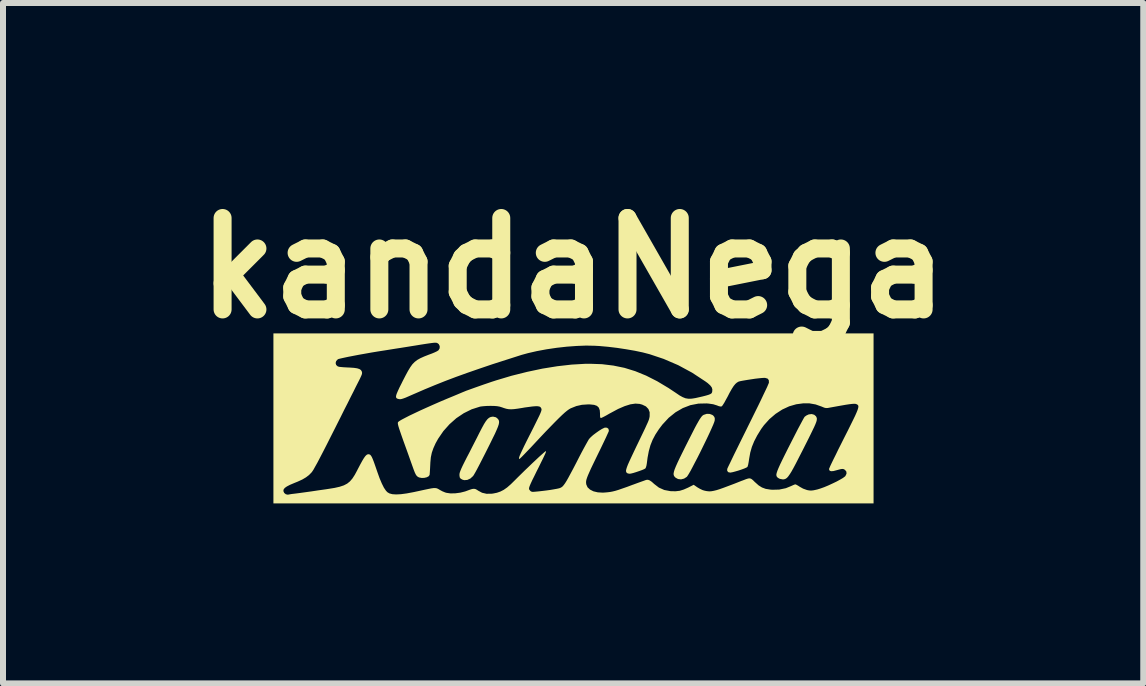
<source format=kicad_pcb>
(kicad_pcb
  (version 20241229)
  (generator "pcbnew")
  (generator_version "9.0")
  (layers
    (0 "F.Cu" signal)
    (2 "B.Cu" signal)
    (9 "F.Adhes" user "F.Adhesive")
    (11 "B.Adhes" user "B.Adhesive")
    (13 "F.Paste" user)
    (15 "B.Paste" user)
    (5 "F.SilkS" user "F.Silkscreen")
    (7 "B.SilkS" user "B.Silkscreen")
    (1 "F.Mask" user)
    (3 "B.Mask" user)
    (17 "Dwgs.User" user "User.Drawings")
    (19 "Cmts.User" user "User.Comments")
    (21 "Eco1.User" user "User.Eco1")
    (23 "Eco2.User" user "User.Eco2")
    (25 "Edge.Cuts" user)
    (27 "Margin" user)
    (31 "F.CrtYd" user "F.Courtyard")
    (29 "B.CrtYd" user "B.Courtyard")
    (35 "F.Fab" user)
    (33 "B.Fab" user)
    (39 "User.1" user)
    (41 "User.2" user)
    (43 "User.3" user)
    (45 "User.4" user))
  (footprint "kandaNega"
    (layer "F.Cu")
    (at 6.32 3.866)
    (property "Reference" "kandaNega" (at 0.182 -2.448 0) (layer "F.SilkS") (effects (font (size 1.524 1.524) (thickness 0.3))))
    (attr board_only exclude_from_pos_files exclude_from_bom)
    (fp_poly (pts (xy 2.459 -0.017) (xy 2.503 -0.000131) (xy 2.518 0.011) (xy 2.537 0.035) (xy 2.544 0.061) (xy 2.542 0.093) (xy 2.535 0.117) (xy 2.519 0.159) (xy 2.494 0.216) (xy 2.463 0.285) (xy 2.426 0.364) (xy 2.385 0.449) (xy 2.342 0.537) (xy 2.298 0.627) (xy 2.254 0.714) (xy 2.211 0.796) (xy 2.172 0.871) (xy 2.138 0.935) (xy 2.109 0.985) (xy 2.087 1.019) (xy 2.077 1.032) (xy 2.032 1.061) (xy 1.981 1.074) (xy 1.931 1.068) (xy 1.892 1.047) (xy 1.876 1.032) (xy 1.865 1.017) (xy 1.858 0.998) (xy 1.857 0.975) (xy 1.863 0.945) (xy 1.875 0.906) (xy 1.895 0.857) (xy 1.923 0.794) (xy 1.96 0.716) (xy 2.007 0.621) (xy 2.056 0.522) (xy 2.115 0.405) (xy 2.165 0.307) (xy 2.206 0.226) (xy 2.24 0.162) (xy 2.269 0.111) (xy 2.292 0.072) (xy 2.312 0.043) (xy 2.328 0.022) (xy 2.343 0.008) (xy 2.357 -0.001) (xy 2.359 -0.002) (xy 2.409 -0.018)) (stroke (width 0) (type solid)) (fill yes) (layer "F.SilkS"))
    (fp_poly (pts (xy -1.104 0.039) (xy -1.081 0.057) (xy -1.067 0.072) (xy -1.057 0.088) (xy -1.052 0.107) (xy -1.052 0.13) (xy -1.058 0.16) (xy -1.071 0.199) (xy -1.092 0.249) (xy -1.12 0.312) (xy -1.158 0.389) (xy -1.205 0.485) (xy -1.252 0.579) (xy -1.298 0.67) (xy -1.342 0.756) (xy -1.382 0.834) (xy -1.417 0.901) (xy -1.447 0.956) (xy -1.469 0.994) (xy -1.482 1.014) (xy -1.482 1.015) (xy -1.529 1.059) (xy -1.581 1.083) (xy -1.631 1.087) (xy -1.659 1.08) (xy -1.691 1.063) (xy -1.707 1.042) (xy -1.712 1.008) (xy -1.712 0.99) (xy -1.709 0.968) (xy -1.699 0.938) (xy -1.682 0.896) (xy -1.656 0.84) (xy -1.62 0.768) (xy -1.589 0.707) (xy -1.546 0.625) (xy -1.502 0.538) (xy -1.458 0.452) (xy -1.418 0.374) (xy -1.386 0.31) (xy -1.383 0.304) (xy -1.339 0.219) (xy -1.303 0.153) (xy -1.272 0.104) (xy -1.244 0.069) (xy -1.218 0.047) (xy -1.191 0.034) (xy -1.161 0.029) (xy -1.148 0.029)) (stroke (width 0) (type solid)) (fill yes) (layer "F.SilkS"))
    (fp_poly (pts (xy 4.201 -0.003) (xy 4.231 0.023) (xy 4.243 0.049) (xy 4.245 0.063) (xy 4.244 0.078) (xy 4.241 0.098) (xy 4.233 0.123) (xy 4.22 0.156) (xy 4.201 0.199) (xy 4.175 0.253) (xy 4.142 0.321) (xy 4.101 0.404) (xy 4.05 0.505) (xy 4.002 0.6) (xy 3.944 0.713) (xy 3.896 0.807) (xy 3.856 0.882) (xy 3.822 0.943) (xy 3.793 0.989) (xy 3.769 1.023) (xy 3.748 1.047) (xy 3.728 1.062) (xy 3.709 1.07) (xy 3.689 1.074) (xy 3.675 1.074) (xy 3.627 1.065) (xy 3.599 1.05) (xy 3.585 1.038) (xy 3.576 1.026) (xy 3.571 1.011) (xy 3.57 0.99) (xy 3.576 0.964) (xy 3.588 0.928) (xy 3.607 0.882) (xy 3.633 0.824) (xy 3.668 0.751) (xy 3.712 0.662) (xy 3.766 0.554) (xy 3.792 0.503) (xy 3.841 0.407) (xy 3.887 0.317) (xy 3.929 0.235) (xy 3.967 0.164) (xy 3.998 0.106) (xy 4.022 0.062) (xy 4.037 0.037) (xy 4.041 0.031) (xy 4.069 0.01) (xy 4.105 -0.007) (xy 4.111 -0.009) (xy 4.159 -0.015)) (stroke (width 0) (type solid)) (fill yes) (layer "F.SilkS"))
    (fp_poly (pts (xy 5.19 1.474) (xy -4.813 1.474) (xy -4.813 1.266) (xy -4.647 1.266) (xy -4.646 1.271) (xy -4.633 1.3) (xy -4.606 1.322) (xy -4.574 1.329) (xy -4.566 1.328) (xy -4.545 1.324) (xy -4.51 1.318) (xy -4.484 1.315) (xy -4.435 1.309) (xy -4.366 1.3) (xy -4.279 1.288) (xy -4.178 1.274) (xy -4.065 1.257) (xy -3.944 1.24) (xy -3.898 1.233) (xy -3.793 1.216) (xy -3.709 1.197) (xy -3.64 1.174) (xy -3.584 1.145) (xy -3.538 1.108) (xy -3.496 1.059) (xy -3.456 0.997) (xy -3.414 0.919) (xy -3.413 0.916) (xy -3.369 0.832) (xy -3.333 0.766) (xy -3.304 0.718) (xy -3.28 0.685) (xy -3.259 0.665) (xy -3.24 0.656) (xy -3.221 0.655) (xy -3.213 0.658) (xy -3.2 0.664) (xy -3.188 0.677) (xy -3.174 0.699) (xy -3.159 0.732) (xy -3.14 0.78) (xy -3.117 0.845) (xy -3.088 0.929) (xy -3.084 0.941) (xy -3.044 1.053) (xy -3.006 1.143) (xy -2.971 1.213) (xy -2.937 1.263) (xy -2.913 1.288) (xy -2.879 1.308) (xy -2.83 1.321) (xy -2.767 1.325) (xy -2.688 1.321) (xy -2.591 1.308) (xy -2.474 1.286) (xy -2.386 1.267) (xy -2.299 1.248) (xy -2.232 1.234) (xy -2.181 1.224) (xy -2.143 1.219) (xy -2.115 1.219) (xy -2.093 1.222) (xy -2.073 1.23) (xy -2.053 1.241) (xy -2.042 1.248) (xy -1.998 1.272) (xy -1.95 1.292) (xy -1.929 1.298) (xy -1.861 1.308) (xy -1.78 1.306) (xy -1.696 1.295) (xy -1.617 1.275) (xy -1.598 1.268) (xy -1.541 1.247) (xy -1.5 1.234) (xy -1.469 1.231) (xy -1.444 1.236) (xy -1.419 1.249) (xy -1.402 1.261) (xy -1.335 1.297) (xy -1.261 1.314) (xy -1.177 1.313) (xy -1.152 1.31) (xy -1.088 1.297) (xy -1.03 1.277) (xy -0.975 1.249) (xy -0.918 1.209) (xy -0.856 1.155) (xy -0.791 1.091) (xy -0.74 1.04) (xy -0.683 0.984) (xy -0.622 0.924) (xy -0.559 0.864) (xy -0.497 0.804) (xy -0.438 0.749) (xy -0.385 0.699) (xy -0.339 0.658) (xy -0.304 0.627) (xy -0.282 0.608) (xy -0.275 0.604) (xy -0.271 0.606) (xy -0.27 0.612) (xy -0.274 0.626) (xy -0.283 0.648) (xy -0.299 0.682) (xy -0.321 0.729) (xy -0.352 0.791) (xy -0.391 0.871) (xy -0.425 0.938) (xy -0.466 1.022) (xy -0.499 1.088) (xy -0.522 1.138) (xy -0.538 1.175) (xy -0.548 1.202) (xy -0.552 1.22) (xy -0.552 1.234) (xy -0.549 1.244) (xy -0.528 1.269) (xy -0.505 1.281) (xy -0.484 1.282) (xy -0.445 1.279) (xy -0.392 1.274) (xy -0.331 1.267) (xy -0.265 1.259) (xy -0.199 1.25) (xy -0.14 1.24) (xy -0.09 1.231) (xy -0.071 1.227) (xy -0.049 1.222) (xy -0.03 1.215) (xy -0.011 1.205) (xy 0.007 1.191) (xy 0.026 1.169) (xy 0.048 1.139) (xy 0.073 1.099) (xy 0.103 1.046) (xy 0.139 0.979) (xy 0.183 0.897) (xy 0.235 0.797) (xy 0.284 0.701) (xy 0.322 0.628) (xy 0.359 0.559) (xy 0.393 0.497) (xy 0.421 0.447) (xy 0.441 0.412) (xy 0.448 0.401) (xy 0.475 0.372) (xy 0.515 0.336) (xy 0.564 0.299) (xy 0.615 0.263) (xy 0.662 0.234) (xy 0.701 0.215) (xy 0.713 0.211) (xy 0.747 0.213) (xy 0.771 0.231) (xy 0.778 0.26) (xy 0.777 0.27) (xy 0.77 0.287) (xy 0.754 0.322) (xy 0.731 0.373) (xy 0.701 0.436) (xy 0.666 0.509) (xy 0.628 0.588) (xy 0.616 0.612) (xy 0.561 0.725) (xy 0.516 0.818) (xy 0.479 0.895) (xy 0.451 0.958) (xy 0.429 1.008) (xy 0.414 1.047) (xy 0.404 1.079) (xy 0.399 1.104) (xy 0.398 1.126) (xy 0.4 1.146) (xy 0.402 1.159) (xy 0.423 1.206) (xy 0.464 1.244) (xy 0.521 1.273) (xy 0.593 1.29) (xy 0.676 1.295) (xy 0.711 1.293) (xy 0.756 1.289) (xy 0.798 1.284) (xy 0.84 1.276) (xy 0.885 1.265) (xy 0.938 1.249) (xy 1.001 1.227) (xy 1.079 1.2) (xy 1.175 1.164) (xy 1.187 1.16) (xy 1.252 1.136) (xy 1.31 1.115) (xy 1.358 1.098) (xy 1.391 1.086) (xy 1.404 1.082) (xy 1.431 1.081) (xy 1.459 1.091) (xy 1.494 1.115) (xy 1.534 1.151) (xy 1.612 1.211) (xy 1.702 1.251) (xy 1.804 1.27) (xy 1.816 1.271) (xy 1.892 1.272) (xy 1.96 1.264) (xy 2.027 1.243) (xy 2.104 1.209) (xy 2.107 1.207) (xy 2.192 1.164) (xy 2.254 1.207) (xy 2.297 1.232) (xy 2.342 1.253) (xy 2.369 1.261) (xy 2.4 1.268) (xy 2.43 1.272) (xy 2.46 1.274) (xy 2.492 1.271) (xy 2.529 1.264) (xy 2.574 1.253) (xy 2.628 1.236) (xy 2.695 1.212) (xy 2.775 1.182) (xy 2.873 1.145) (xy 2.989 1.099) (xy 3.009 1.092) (xy 3.063 1.071) (xy 3.101 1.059) (xy 3.129 1.057) (xy 3.153 1.066) (xy 3.18 1.087) (xy 3.214 1.121) (xy 3.217 1.123) (xy 3.274 1.174) (xy 3.33 1.209) (xy 3.392 1.232) (xy 3.467 1.244) (xy 3.503 1.247) (xy 3.617 1.244) (xy 3.728 1.221) (xy 3.814 1.186) (xy 3.849 1.17) (xy 3.876 1.159) (xy 3.887 1.157) (xy 3.903 1.163) (xy 3.932 1.179) (xy 3.961 1.198) (xy 4.015 1.228) (xy 4.073 1.249) (xy 4.087 1.253) (xy 4.122 1.259) (xy 4.154 1.26) (xy 4.189 1.256) (xy 4.236 1.246) (xy 4.257 1.241) (xy 4.308 1.225) (xy 4.369 1.203) (xy 4.436 1.175) (xy 4.505 1.143) (xy 4.572 1.111) (xy 4.631 1.079) (xy 4.679 1.051) (xy 4.711 1.027) (xy 4.72 1.019) (xy 4.739 0.98) (xy 4.737 0.945) (xy 4.714 0.916) (xy 4.706 0.911) (xy 4.688 0.902) (xy 4.67 0.9) (xy 4.644 0.903) (xy 4.605 0.913) (xy 4.579 0.92) (xy 4.522 0.935) (xy 4.484 0.938) (xy 4.46 0.931) (xy 4.45 0.912) (xy 4.448 0.899) (xy 4.454 0.885) (xy 4.468 0.852) (xy 4.491 0.803) (xy 4.522 0.739) (xy 4.56 0.663) (xy 4.602 0.576) (xy 4.65 0.481) (xy 4.697 0.387) (xy 4.758 0.267) (xy 4.808 0.166) (xy 4.849 0.083) (xy 4.882 0.015) (xy 4.906 -0.039) (xy 4.923 -0.081) (xy 4.933 -0.113) (xy 4.937 -0.136) (xy 4.936 -0.152) (xy 4.929 -0.164) (xy 4.919 -0.173) (xy 4.904 -0.18) (xy 4.902 -0.181) (xy 4.888 -0.185) (xy 4.865 -0.186) (xy 4.833 -0.184) (xy 4.789 -0.179) (xy 4.729 -0.17) (xy 4.654 -0.157) (xy 4.559 -0.14) (xy 4.47 -0.124) (xy 4.427 -0.116) (xy 4.397 -0.115) (xy 4.369 -0.121) (xy 4.335 -0.135) (xy 4.323 -0.14) (xy 4.224 -0.175) (xy 4.122 -0.193) (xy 4.014 -0.193) (xy 3.902 -0.178) (xy 3.784 -0.144) (xy 3.668 -0.09) (xy 3.557 -0.018) (xy 3.454 0.07) (xy 3.363 0.171) (xy 3.317 0.234) (xy 3.251 0.341) (xy 3.2 0.439) (xy 3.162 0.532) (xy 3.135 0.626) (xy 3.117 0.726) (xy 3.116 0.733) (xy 3.108 0.785) (xy 3.1 0.828) (xy 3.091 0.858) (xy 3.087 0.867) (xy 3.069 0.878) (xy 3.035 0.893) (xy 2.989 0.91) (xy 2.938 0.927) (xy 2.886 0.942) (xy 2.841 0.954) (xy 2.808 0.96) (xy 2.8 0.961) (xy 2.766 0.953) (xy 2.75 0.929) (xy 2.751 0.9) (xy 2.757 0.885) (xy 2.773 0.851) (xy 2.798 0.8) (xy 2.83 0.733) (xy 2.869 0.652) (xy 2.915 0.559) (xy 2.965 0.457) (xy 3.02 0.346) (xy 3.078 0.229) (xy 3.098 0.188) (xy 3.157 0.069) (xy 3.213 -0.045) (xy 3.266 -0.152) (xy 3.313 -0.249) (xy 3.354 -0.336) (xy 3.389 -0.409) (xy 3.417 -0.468) (xy 3.435 -0.511) (xy 3.445 -0.534) (xy 3.446 -0.538) (xy 3.444 -0.579) (xy 3.425 -0.605) (xy 3.386 -0.617) (xy 3.367 -0.618) (xy 3.331 -0.616) (xy 3.28 -0.611) (xy 3.218 -0.604) (xy 3.152 -0.594) (xy 3.087 -0.584) (xy 3.027 -0.574) (xy 2.978 -0.565) (xy 2.945 -0.557) (xy 2.938 -0.554) (xy 2.912 -0.539) (xy 2.886 -0.516) (xy 2.858 -0.482) (xy 2.827 -0.434) (xy 2.79 -0.369) (xy 2.758 -0.306) (xy 2.728 -0.252) (xy 2.702 -0.204) (xy 2.679 -0.168) (xy 2.664 -0.147) (xy 2.661 -0.144) (xy 2.642 -0.14) (xy 2.612 -0.146) (xy 2.579 -0.159) (xy 2.518 -0.178) (xy 2.443 -0.189) (xy 2.409 -0.192) (xy 2.271 -0.189) (xy 2.137 -0.163) (xy 2.01 -0.114) (xy 1.889 -0.044) (xy 1.776 0.047) (xy 1.671 0.16) (xy 1.612 0.238) (xy 1.553 0.328) (xy 1.507 0.415) (xy 1.471 0.505) (xy 1.444 0.602) (xy 1.423 0.713) (xy 1.411 0.807) (xy 1.404 0.847) (xy 1.394 0.878) (xy 1.387 0.891) (xy 1.367 0.903) (xy 1.332 0.918) (xy 1.285 0.935) (xy 1.235 0.952) (xy 1.187 0.967) (xy 1.147 0.977) (xy 1.122 0.98) (xy 1.094 0.975) (xy 1.078 0.966) (xy 1.07 0.956) (xy 1.065 0.943) (xy 1.064 0.926) (xy 1.069 0.903) (xy 1.079 0.871) (xy 1.095 0.829) (xy 1.119 0.775) (xy 1.151 0.706) (xy 1.191 0.621) (xy 1.24 0.518) (xy 1.261 0.475) (xy 1.31 0.373) (xy 1.35 0.29) (xy 1.382 0.223) (xy 1.406 0.17) (xy 1.425 0.129) (xy 1.438 0.098) (xy 1.447 0.073) (xy 1.452 0.053) (xy 1.456 0.035) (xy 1.458 0.02) (xy 1.458 -0.046) (xy 1.437 -0.099) (xy 1.396 -0.142) (xy 1.334 -0.172) (xy 1.29 -0.184) (xy 1.22 -0.189) (xy 1.137 -0.177) (xy 1.042 -0.147) (xy 0.933 -0.1) (xy 0.81 -0.034) (xy 0.789 -0.023) (xy 0.739 0.006) (xy 0.696 0.029) (xy 0.663 0.045) (xy 0.646 0.052) (xy 0.645 0.052) (xy 0.636 0.045) (xy 0.631 0.022) (xy 0.631 -0.017) (xy 0.627 -0.077) (xy 0.611 -0.121) (xy 0.58 -0.151) (xy 0.533 -0.168) (xy 0.467 -0.175) (xy 0.434 -0.176) (xy 0.329 -0.169) (xy 0.236 -0.148) (xy 0.146 -0.112) (xy 0.141 -0.11) (xy 0.115 -0.095) (xy 0.083 -0.072) (xy 0.045 -0.041) (xy 0 0) (xy -0.054 0.052) (xy -0.118 0.116) (xy -0.193 0.193) (xy -0.281 0.284) (xy -0.382 0.391) (xy -0.474 0.49) (xy -0.533 0.553) (xy -0.587 0.609) (xy -0.634 0.658) (xy -0.671 0.696) (xy -0.698 0.722) (xy -0.711 0.733) (xy -0.712 0.733) (xy -0.718 0.731) (xy -0.72 0.722) (xy -0.717 0.706) (xy -0.708 0.679) (xy -0.692 0.642) (xy -0.668 0.591) (xy -0.637 0.525) (xy -0.596 0.442) (xy -0.545 0.341) (xy -0.528 0.308) (xy -0.477 0.207) (xy -0.437 0.126) (xy -0.405 0.061) (xy -0.38 0.01) (xy -0.363 -0.028) (xy -0.352 -0.056) (xy -0.346 -0.076) (xy -0.344 -0.091) (xy -0.345 -0.101) (xy -0.349 -0.11) (xy -0.362 -0.131) (xy -0.382 -0.141) (xy -0.417 -0.146) (xy -0.419 -0.146) (xy -0.45 -0.145) (xy -0.499 -0.141) (xy -0.559 -0.133) (xy -0.626 -0.124) (xy -0.659 -0.118) (xy -0.74 -0.105) (xy -0.802 -0.097) (xy -0.851 -0.094) (xy -0.892 -0.096) (xy -0.931 -0.103) (xy -0.971 -0.115) (xy -0.999 -0.125) (xy -1.04 -0.138) (xy -1.083 -0.146) (xy -1.135 -0.15) (xy -1.193 -0.151) (xy -1.252 -0.15) (xy -1.309 -0.146) (xy -1.356 -0.141) (xy -1.374 -0.137) (xy -1.509 -0.094) (xy -1.64 -0.029) (xy -1.764 0.054) (xy -1.878 0.155) (xy -1.98 0.269) (xy -2.067 0.396) (xy -2.11 0.473) (xy -2.147 0.555) (xy -2.173 0.63) (xy -2.189 0.706) (xy -2.197 0.792) (xy -2.199 0.833) (xy -2.202 0.891) (xy -2.205 0.942) (xy -2.208 0.98) (xy -2.21 1) (xy -2.225 1.022) (xy -2.257 1.039) (xy -2.299 1.049) (xy -2.343 1.05) (xy -2.384 1.042) (xy -2.395 1.037) (xy -2.413 1.026) (xy -2.427 1.012) (xy -2.441 0.991) (xy -2.456 0.96) (xy -2.474 0.914) (xy -2.497 0.85) (xy -2.503 0.833) (xy -2.529 0.76) (xy -2.558 0.678) (xy -2.587 0.597) (xy -2.608 0.539) (xy -2.646 0.434) (xy -2.676 0.349) (xy -2.699 0.282) (xy -2.717 0.229) (xy -2.729 0.19) (xy -2.736 0.162) (xy -2.739 0.143) (xy -2.739 0.13) (xy -2.736 0.121) (xy -2.733 0.117) (xy -2.713 0.101) (xy -2.674 0.078) (xy -2.617 0.048) (xy -2.545 0.011) (xy -2.461 -0.029) (xy -2.366 -0.074) (xy -2.262 -0.121) (xy -2.152 -0.17) (xy -2.038 -0.22) (xy -1.922 -0.269) (xy -1.898 -0.279) (xy -1.825 -0.309) (xy -1.758 -0.337) (xy -1.701 -0.361) (xy -1.656 -0.38) (xy -1.629 -0.391) (xy -1.622 -0.394) (xy -1.6 -0.403) (xy -1.561 -0.417) (xy -1.508 -0.436) (xy -1.444 -0.459) (xy -1.376 -0.483) (xy -1.305 -0.508) (xy -1.237 -0.531) (xy -1.176 -0.552) (xy -1.126 -0.568) (xy -1.105 -0.575) (xy -0.844 -0.653) (xy -0.584 -0.718) (xy -0.329 -0.772) (xy -0.081 -0.812) (xy 0.156 -0.839) (xy 0.379 -0.852) (xy 0.463 -0.853) (xy 0.663 -0.846) (xy 0.853 -0.823) (xy 1.038 -0.785) (xy 1.219 -0.729) (xy 1.4 -0.655) (xy 1.583 -0.562) (xy 1.772 -0.449) (xy 1.897 -0.366) (xy 1.957 -0.325) (xy 2.008 -0.297) (xy 2.055 -0.278) (xy 2.103 -0.27) (xy 2.157 -0.271) (xy 2.22 -0.281) (xy 2.3 -0.299) (xy 2.339 -0.308) (xy 2.401 -0.324) (xy 2.444 -0.337) (xy 2.472 -0.349) (xy 2.489 -0.361) (xy 2.497 -0.375) (xy 2.501 -0.391) (xy 2.503 -0.426) (xy 2.493 -0.459) (xy 2.467 -0.493) (xy 2.425 -0.531) (xy 2.388 -0.558) (xy 2.166 -0.704) (xy 1.933 -0.83) (xy 1.691 -0.934) (xy 1.458 -1.012) (xy 1.343 -1.042) (xy 1.21 -1.07) (xy 1.065 -1.095) (xy 0.914 -1.118) (xy 0.763 -1.136) (xy 0.617 -1.149) (xy 0.541 -1.153) (xy 0.4 -1.156) (xy 0.244 -1.15) (xy 0.078 -1.138) (xy -0.092 -1.119) (xy -0.261 -1.094) (xy -0.422 -1.064) (xy -0.57 -1.03) (xy -0.676 -1.001) (xy -0.929 -0.92) (xy -1.163 -0.845) (xy -1.378 -0.772) (xy -1.58 -0.702) (xy -1.769 -0.634) (xy -1.949 -0.566) (xy -2.122 -0.497) (xy -2.291 -0.427) (xy -2.459 -0.354) (xy -2.48 -0.345) (xy -2.553 -0.313) (xy -2.608 -0.289) (xy -2.649 -0.274) (xy -2.679 -0.265) (xy -2.701 -0.262) (xy -2.718 -0.264) (xy -2.72 -0.264) (xy -2.744 -0.27) (xy -2.76 -0.279) (xy -2.769 -0.294) (xy -2.769 -0.316) (xy -2.76 -0.349) (xy -2.741 -0.394) (xy -2.713 -0.455) (xy -2.674 -0.532) (xy -2.659 -0.563) (xy -2.61 -0.658) (xy -2.569 -0.734) (xy -2.532 -0.795) (xy -2.497 -0.844) (xy -2.459 -0.883) (xy -2.416 -0.916) (xy -2.365 -0.945) (xy -2.303 -0.973) (xy -2.227 -1.003) (xy -2.17 -1.024) (xy -2.125 -1.043) (xy -2.087 -1.061) (xy -2.063 -1.077) (xy -2.061 -1.078) (xy -2.042 -1.111) (xy -2.041 -1.148) (xy -2.057 -1.18) (xy -2.069 -1.19) (xy -2.078 -1.196) (xy -2.087 -1.2) (xy -2.098 -1.203) (xy -2.115 -1.204) (xy -2.138 -1.203) (xy -2.172 -1.199) (xy -2.217 -1.193) (xy -2.278 -1.184) (xy -2.355 -1.172) (xy -2.452 -1.156) (xy -2.503 -1.148) (xy -2.596 -1.133) (xy -2.69 -1.118) (xy -2.781 -1.104) (xy -2.862 -1.091) (xy -2.93 -1.08) (xy -2.962 -1.075) (xy -3.071 -1.058) (xy -3.18 -1.04) (xy -3.286 -1.021) (xy -3.388 -1.003) (xy -3.481 -0.985) (xy -3.565 -0.969) (xy -3.635 -0.954) (xy -3.689 -0.942) (xy -3.726 -0.933) (xy -3.74 -0.927) (xy -3.767 -0.898) (xy -3.776 -0.865) (xy -3.767 -0.833) (xy -3.742 -0.81) (xy -3.717 -0.802) (xy -3.689 -0.799) (xy -3.645 -0.795) (xy -3.591 -0.792) (xy -3.546 -0.79) (xy -3.471 -0.785) (xy -3.417 -0.777) (xy -3.38 -0.765) (xy -3.355 -0.749) (xy -3.341 -0.727) (xy -3.339 -0.721) (xy -3.335 -0.702) (xy -3.338 -0.68) (xy -3.35 -0.649) (xy -3.371 -0.604) (xy -3.374 -0.598) (xy -3.387 -0.572) (xy -3.41 -0.527) (xy -3.442 -0.464) (xy -3.48 -0.387) (xy -3.526 -0.297) (xy -3.576 -0.196) (xy -3.632 -0.087) (xy -3.69 0.03) (xy -3.751 0.151) (xy -3.775 0.199) (xy -3.855 0.357) (xy -3.925 0.496) (xy -3.986 0.615) (xy -4.038 0.715) (xy -4.081 0.797) (xy -4.117 0.861) (xy -4.144 0.91) (xy -4.165 0.942) (xy -4.177 0.958) (xy -4.22 1.002) (xy -4.27 1.04) (xy -4.331 1.076) (xy -4.407 1.111) (xy -4.464 1.134) (xy -4.537 1.165) (xy -4.589 1.192) (xy -4.623 1.216) (xy -4.642 1.24) (xy -4.647 1.266) (xy -4.813 1.266) (xy -4.813 -1.359) (xy 5.19 -1.359)) (stroke (width 0) (type solid)) (fill yes) (layer "F.SilkS")))
  (gr_rect
    (start -3 -3)
    (end 16.005 8.34)
    (stroke (width 0.1) (type default))
    (fill no)
    (layer "Edge.Cuts")))
</source>
